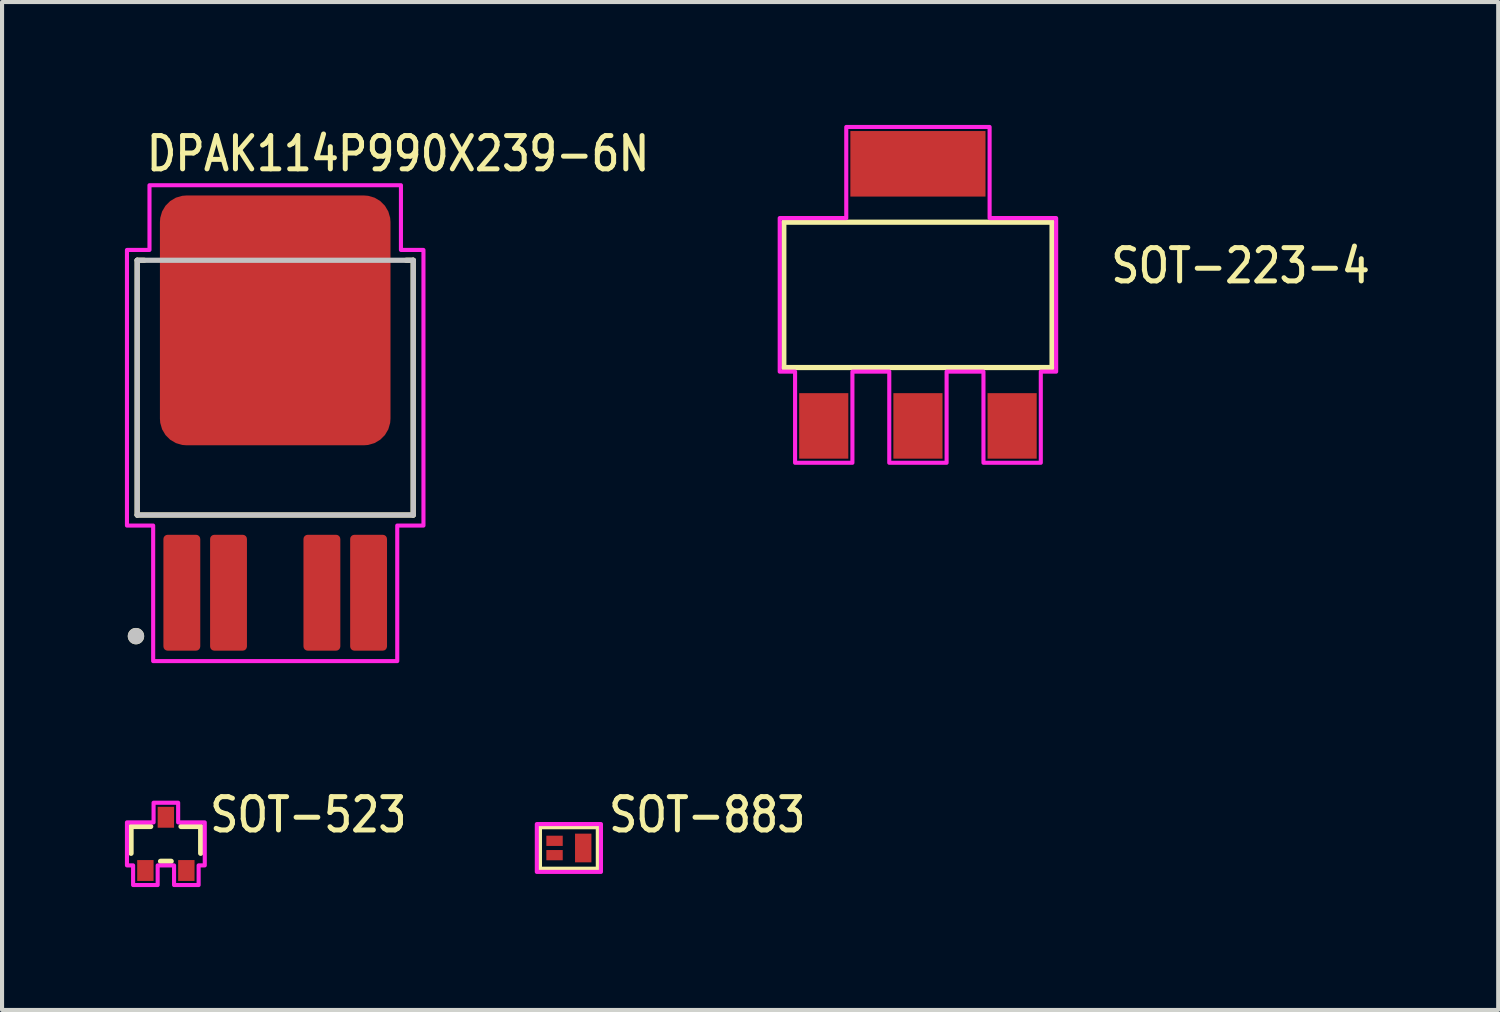
<source format=kicad_pcb>
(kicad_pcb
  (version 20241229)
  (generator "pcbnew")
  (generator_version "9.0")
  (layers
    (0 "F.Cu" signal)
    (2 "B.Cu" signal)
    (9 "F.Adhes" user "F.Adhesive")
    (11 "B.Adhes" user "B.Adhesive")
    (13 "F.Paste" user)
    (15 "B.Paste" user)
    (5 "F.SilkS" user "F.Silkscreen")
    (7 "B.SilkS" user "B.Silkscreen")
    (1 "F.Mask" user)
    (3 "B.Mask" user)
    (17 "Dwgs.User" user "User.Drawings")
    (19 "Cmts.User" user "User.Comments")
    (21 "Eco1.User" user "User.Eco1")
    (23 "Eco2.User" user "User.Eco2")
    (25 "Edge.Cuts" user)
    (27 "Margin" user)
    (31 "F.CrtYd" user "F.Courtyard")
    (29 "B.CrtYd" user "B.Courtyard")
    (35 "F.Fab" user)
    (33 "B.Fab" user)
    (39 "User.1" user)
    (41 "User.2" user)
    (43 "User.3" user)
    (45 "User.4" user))
  (footprint "SOT-883"
    (layer "F.Cu")
    (at 10.841 17.656)
    (property "Reference" "SOT-883" (at 0.915 -0.335 0) (unlocked yes) (layer "F.SilkS") (effects (font (size 0.813 0.695) (thickness 0.122)) (justify left bottom)))
    (fp_line (start -0.72 -0.52) (end -0.72 0.52) (stroke (width 0.127) (type solid)) (layer "F.SilkS"))
    (fp_line (start -0.72 0.52) (end 0.72 0.52) (stroke (width 0.127) (type solid)) (layer "F.SilkS"))
    (fp_line (start 0.72 -0.52) (end -0.72 -0.52) (stroke (width 0.127) (type solid)) (layer "F.SilkS"))
    (fp_line (start 0.72 -0.52) (end 0.72 0.52) (stroke (width 0.127) (type solid)) (layer "F.SilkS"))
    (fp_poly (pts (xy 0.783 -0.584) (xy 0.783 0.584) (xy -0.783 0.584) (xy -0.783 -0.584)) (stroke (width 0.1) (type solid)) (fill no) (layer "F.CrtYd"))
    (pad "P$1" smd rect (at -0.35 -0.175) (size 0.4 0.25) (layers "F.Cu" "F.Mask" "F.Paste"))
    (pad "P$2" smd rect (at -0.35 0.175) (size 0.4 0.25) (layers "F.Cu" "F.Mask" "F.Paste"))
    (pad "P$3" smd rect (at 0.35 0) (size 0.4 0.7) (layers "F.Cu" "F.Mask" "F.Paste")))
  (footprint "SOT-523"
    (layer "F.Cu")
    (at 1 17.556)
    (property "Reference" "SOT-523" (at 1.015 -0.235 0) (unlocked yes) (layer "F.SilkS") (effects (font (size 0.813 0.695) (thickness 0.122)) (justify left bottom)))
    (fp_line (start -0.85 -0.425) (end -0.85 0.23) (stroke (width 0.127) (type solid)) (layer "F.SilkS"))
    (fp_line (start -0.37 -0.425) (end -0.85 -0.425) (stroke (width 0.127) (type solid)) (layer "F.SilkS"))
    (fp_line (start -0.13 0.425) (end 0.13 0.425) (stroke (width 0.127) (type solid)) (layer "F.SilkS"))
    (fp_line (start 0.37 -0.425) (end 0.85 -0.425) (stroke (width 0.127) (type solid)) (layer "F.SilkS"))
    (fp_line (start 0.85 -0.425) (end 0.85 0.23) (stroke (width 0.127) (type solid)) (layer "F.SilkS"))
    (fp_poly (pts (xy -0.3 -0.525) (xy -0.3 -1.005) (xy 0.3 -1.005) (xy 0.3 -0.525) (xy 0.95 -0.525) (xy 0.95 0.525) (xy 0.8 0.525) (xy 0.8 1.005) (xy 0.2 1.005) (xy 0.2 0.525) (xy -0.2 0.525) (xy -0.2 1.005) (xy -0.8 1.005) (xy -0.8 0.525) (xy -0.95 0.525) (xy -0.95 -0.525)) (stroke (width 0.1) (type solid)) (fill no) (layer "F.CrtYd"))
    (pad "P$1" smd rect (at -0.5 0.65) (size 0.4 0.51) (layers "F.Cu" "F.Mask" "F.Paste"))
    (pad "P$2" smd rect (at 0.5 0.65) (size 0.4 0.51) (layers "F.Cu" "F.Mask" "F.Paste"))
    (pad "P$3" smd rect (at 0 -0.65) (size 0.4 0.51) (layers "F.Cu" "F.Mask" "F.Paste")))
  (footprint "DPAK114P990X239-6N"
    (layer "F.Cu")
    (at 3.67 7.283)
    (property "Reference" "DPAK114P990X239-6N" (at -3.202 -6.104 0) (unlocked yes) (layer "F.SilkS") (effects (font (size 0.813 0.695) (thickness 0.122)) (justify left bottom)))
    (fp_line (start -3.37 -3.978) (end -3.37 2.243) (stroke (width 0.127) (type solid)) (layer "F.SilkS"))
    (fp_line (start -3.37 2.243) (end 3.37 2.243) (stroke (width 0.127) (type solid)) (layer "F.SilkS"))
    (fp_line (start -3.2 -3.978) (end -3.37 -3.978) (stroke (width 0.127) (type solid)) (layer "F.SilkS"))
    (fp_line (start 3.37 -3.978) (end 3.2 -3.978) (stroke (width 0.127) (type solid)) (layer "F.SilkS"))
    (fp_line (start 3.37 2.243) (end 3.37 -3.978) (stroke (width 0.127) (type solid)) (layer "F.SilkS"))
    (fp_circle (center -3.4 5.2) (end -3.3 5.2) (stroke (width 0.2) (type solid)) (fill no) (layer "F.SilkS"))
    (fp_rect (start -1.78 -0.58) (end 1.78 -4.44) (stroke (width 0.01) (type solid)) (fill yes) (layer "F.Paste"))
    (fp_line (start -3.37 -3.978) (end 3.37 -3.978) (stroke (width 0.127) (type solid)) (layer "Dwgs.User"))
    (fp_line (start -3.37 2.243) (end -3.37 -3.978) (stroke (width 0.127) (type solid)) (layer "Dwgs.User"))
    (fp_line (start 3.37 -3.978) (end 3.37 2.243) (stroke (width 0.127) (type solid)) (layer "Dwgs.User"))
    (fp_line (start 3.37 2.243) (end -3.37 2.243) (stroke (width 0.127) (type solid)) (layer "Dwgs.User"))
    (fp_circle (center -3.4 5.2) (end -3.3 5.2) (stroke (width 0.2) (type solid)) (fill no) (layer "Dwgs.User"))
    (fp_poly (pts (xy -2.98 2.5) (xy -3.62 2.5) (xy -3.62 -4.23) (xy -3.07 -4.23) (xy -3.07 -5.81) (xy 3.07 -5.81) (xy 3.07 -4.23) (xy 3.62 -4.23) (xy 3.62 2.5) (xy 2.98 2.5) (xy 2.98 5.81) (xy -2.98 5.81)) (stroke (width 0.1) (type solid)) (fill no) (layer "F.CrtYd"))
    (pad "1" smd roundrect (at -2.28 4.14 90) (size 2.83 0.9) (layers "F.Cu" "F.Mask" "F.Paste") (roundrect_rratio 0.115))
    (pad "2" smd roundrect (at -1.14 4.14 90) (size 2.83 0.9) (layers "F.Cu" "F.Mask" "F.Paste") (roundrect_rratio 0.115))
    (pad "4" smd roundrect (at 1.14 4.14 90) (size 2.83 0.9) (layers "F.Cu" "F.Mask" "F.Paste") (roundrect_rratio 0.115))
    (pad "5" smd roundrect (at 2.28 4.14 90) (size 2.83 0.9) (layers "F.Cu" "F.Mask" "F.Paste") (roundrect_rratio 0.115))
    (pad "6" smd roundrect (at 0 -2.51) (size 5.63 6.1) (layers "F.Cu" "F.Mask") (roundrect_rratio 0.115)))
  (footprint "SOT-223-4"
    (layer "F.Cu")
    (at 19.364 4.15)
    (property "Reference" "SOT-223-4" (at 4.655 -0.235 0) (unlocked yes) (layer "F.SilkS") (effects (font (size 0.813 0.695) (thickness 0.122)) (justify left bottom)))
    (fp_line (start -3.275 -1.775) (end -3.275 1.775) (stroke (width 0.127) (type solid)) (layer "F.SilkS"))
    (fp_line (start -3.275 1.775) (end 3.275 1.775) (stroke (width 0.127) (type solid)) (layer "F.SilkS"))
    (fp_line (start 3.275 -1.775) (end -3.275 -1.775) (stroke (width 0.127) (type solid)) (layer "F.SilkS"))
    (fp_line (start 3.275 -1.775) (end 3.275 1.775) (stroke (width 0.127) (type solid)) (layer "F.SilkS"))
    (fp_poly (pts (xy -1.75 -1.875) (xy -1.75 -4.1) (xy 1.75 -4.1) (xy 1.75 -1.875) (xy 3.375 -1.875) (xy 3.375 1.875) (xy 3 1.875) (xy 3 4.1) (xy 1.6 4.1) (xy 1.6 1.875) (xy 0.7 1.875) (xy 0.7 4.1) (xy -0.7 4.1) (xy -0.7 1.875) (xy -1.6 1.875) (xy -1.6 4.1) (xy -3 4.1) (xy -3 1.875) (xy -3.375 1.875) (xy -3.375 -1.875)) (stroke (width 0.1) (type solid)) (fill no) (layer "F.CrtYd"))
    (pad "P$1" smd rect (at -2.3 3.2) (size 1.2 1.6) (layers "F.Cu" "F.Mask" "F.Paste"))
    (pad "P$2" smd rect (at 0 3.2) (size 1.2 1.6) (layers "F.Cu" "F.Mask" "F.Paste"))
    (pad "P$3" smd rect (at 2.3 3.2) (size 1.2 1.6) (layers "F.Cu" "F.Mask" "F.Paste"))
    (pad "P$4" smd rect (at 0 -3.2) (size 3.3 1.6) (layers "F.Cu" "F.Mask" "F.Paste")))
  (gr_rect
    (start -3 -3)
    (end 33.533 21.611)
    (stroke (width 0.1) (type default))
    (fill no)
    (layer "Edge.Cuts")))
</source>
